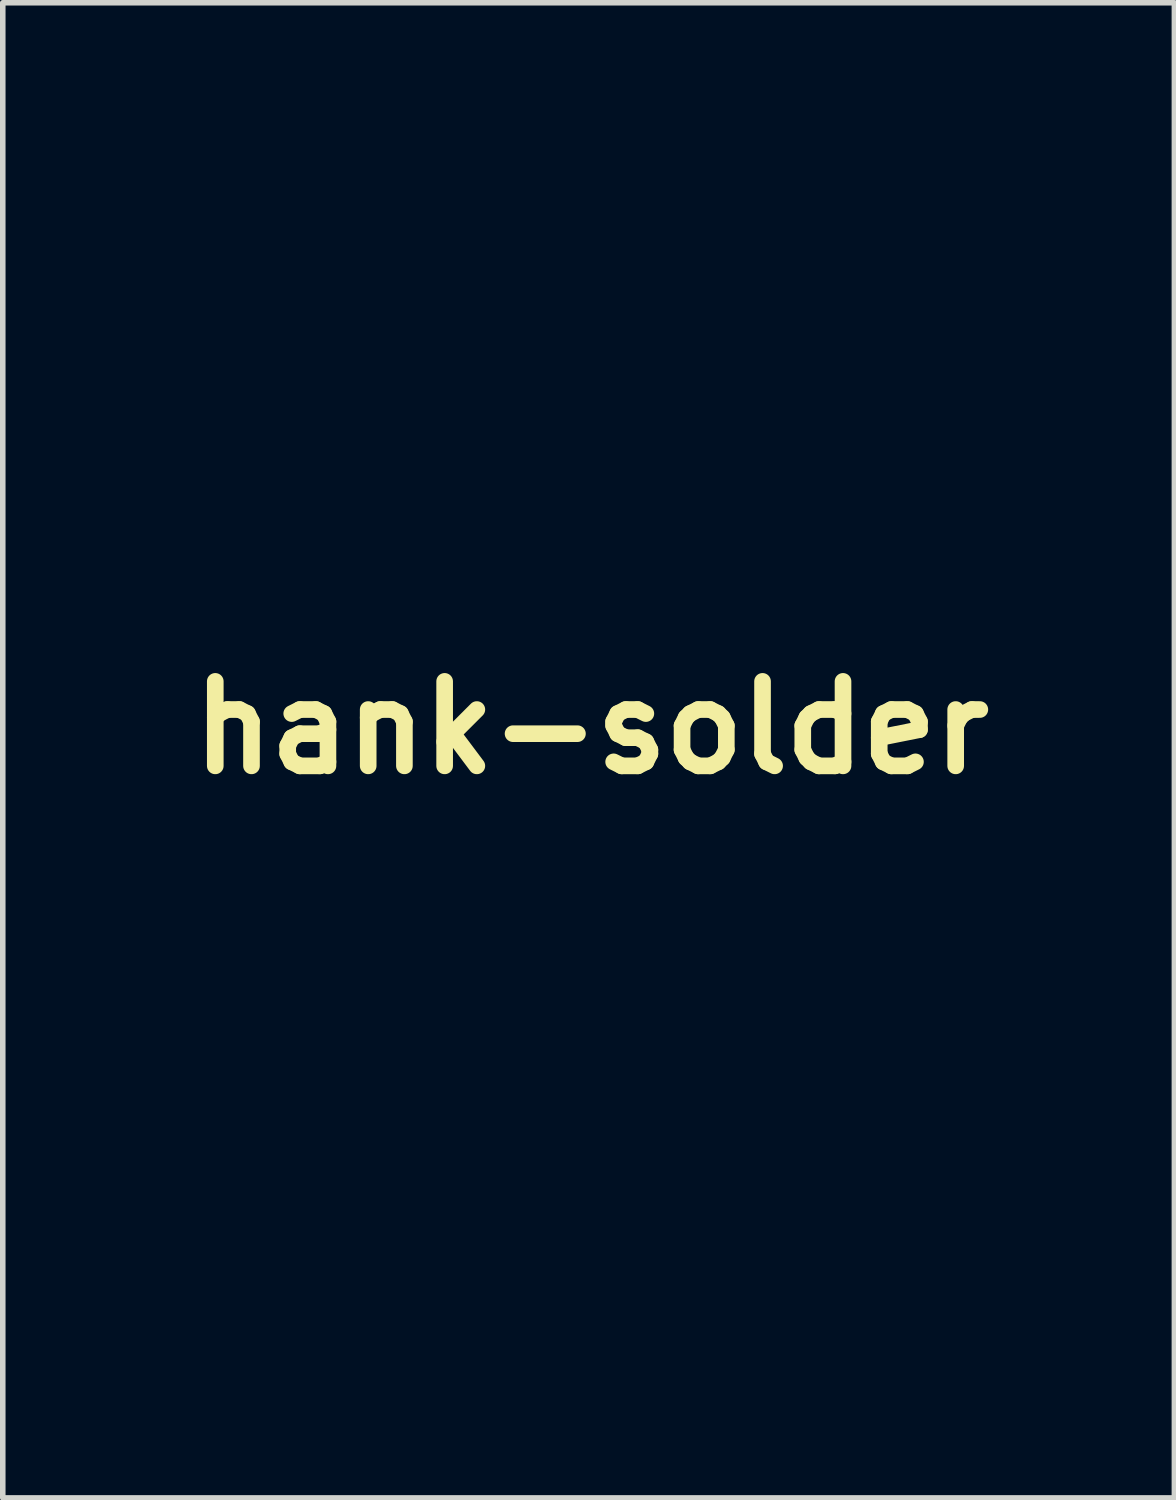
<source format=kicad_pcb>
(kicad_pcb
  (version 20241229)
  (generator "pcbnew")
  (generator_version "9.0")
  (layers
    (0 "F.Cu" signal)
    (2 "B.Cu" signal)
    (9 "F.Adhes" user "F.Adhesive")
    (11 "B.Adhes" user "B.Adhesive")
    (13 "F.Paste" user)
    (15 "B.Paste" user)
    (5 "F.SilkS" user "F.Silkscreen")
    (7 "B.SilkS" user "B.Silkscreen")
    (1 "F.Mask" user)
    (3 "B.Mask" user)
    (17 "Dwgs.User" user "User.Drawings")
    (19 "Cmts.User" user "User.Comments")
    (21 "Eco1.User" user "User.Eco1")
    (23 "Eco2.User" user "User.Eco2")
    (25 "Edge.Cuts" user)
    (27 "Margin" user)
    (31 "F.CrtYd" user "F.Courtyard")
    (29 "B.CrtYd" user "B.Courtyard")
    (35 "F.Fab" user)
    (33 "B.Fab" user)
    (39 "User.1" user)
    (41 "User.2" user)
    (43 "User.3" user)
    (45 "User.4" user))
  (footprint "hank-solder"
    (layer "F.Cu")
    (at 7.618 10.073)
    (property "Reference" "hank-solder" (at 0 0 0) (layer "F.SilkS") (effects (font (size 1.524 1.524) (thickness 0.3))))
    (attr through_hole)
    (fp_poly (pts (xy 1.451 9.688) (xy 1.415 9.725) (xy 1.379 9.688) (xy 1.415 9.652) (xy 1.451 9.688)) (stroke (width 0.01) (type solid)) (fill yes) (layer "F.Mask"))
    (fp_poly (pts (xy -0.442 10.695) (xy -0.322 10.775) (xy -0.238 10.847) (xy -0.264 10.877) (xy -0.415 10.883) (xy -0.574 10.869) (xy -0.616 10.812) (xy -0.607 10.777) (xy -0.543 10.682) (xy -0.442 10.695)) (stroke (width 0.01) (type solid)) (fill yes) (layer "F.Mask"))
    (fp_poly (pts (xy 0.656 9.624) (xy 0.712 9.672) (xy 0.705 9.796) (xy 0.642 10.025) (xy 0.571 10.222) (xy 0.497 10.291) (xy 0.384 10.245) (xy 0.28 10.164) (xy 0.167 10.054) (xy 0.156 9.955) (xy 0.218 9.826) (xy 0.37 9.661) (xy 0.526 9.619) (xy 0.656 9.624)) (stroke (width 0.01) (type solid)) (fill yes) (layer "F.Mask"))
    (fp_poly (pts (xy -3.165 -0.387) (xy -2.655 -0.306) (xy -2.173 -0.179) (xy -1.786 -0.021) (xy -1.653 0.063) (xy -1.644 0.124) (xy -1.677 0.151) (xy -1.832 0.201) (xy -2.065 0.196) (xy -2.393 0.132) (xy -2.834 0.009) (xy -2.867 -0.001) (xy -3.218 -0.101) (xy -3.577 -0.188) (xy -3.882 -0.249) (xy -3.955 -0.259) (xy -4.391 -0.316) (xy -4.064 -0.379) (xy -3.652 -0.414) (xy -3.165 -0.387)) (stroke (width 0.01) (type solid)) (fill yes) (layer "F.Mask"))
    (fp_poly (pts (xy 0.384 5.519) (xy 0.611 5.531) (xy 0.739 5.556) (xy 0.792 5.596) (xy 0.798 5.624) (xy 0.774 5.675) (xy 0.685 5.708) (xy 0.508 5.726) (xy 0.219 5.733) (xy 0.085 5.733) (xy -0.224 5.729) (xy -0.476 5.716) (xy -0.638 5.698) (xy -0.677 5.685) (xy -0.722 5.613) (xy -0.676 5.564) (xy -0.527 5.533) (xy -0.258 5.518) (xy 0.036 5.515) (xy 0.384 5.519)) (stroke (width 0.01) (type solid)) (fill yes) (layer "F.Mask"))
    (fp_poly (pts (xy 4.064 -0.39) (xy 4.536 -0.339) (xy 3.991 -0.245) (xy 3.647 -0.175) (xy 3.245 -0.079) (xy 2.869 0.024) (xy 2.836 0.034) (xy 2.39 0.154) (xy 2.068 0.209) (xy 1.863 0.2) (xy 1.777 0.144) (xy 1.806 0.069) (xy 1.947 -0.025) (xy 2.173 -0.127) (xy 2.454 -0.225) (xy 2.761 -0.309) (xy 3.05 -0.364) (xy 3.405 -0.397) (xy 3.784 -0.405) (xy 4.064 -0.39)) (stroke (width 0.01) (type solid)) (fill yes) (layer "F.Mask"))
    (fp_poly (pts (xy -2.012 9.612) (xy -1.857 9.688) (xy -1.684 9.781) (xy -1.528 9.873) (xy -1.424 9.946) (xy -1.42 9.95) (xy -1.411 10.039) (xy -1.487 10.158) (xy -1.609 10.261) (xy -1.735 10.304) (xy -1.888 10.271) (xy -1.93 10.25) (xy -2.022 10.148) (xy -2.117 9.993) (xy -2.174 9.857) (xy -2.177 9.834) (xy -2.131 9.82) (xy -2.105 9.833) (xy -2.043 9.832) (xy -2.038 9.749) (xy -2.085 9.635) (xy -2.123 9.587) (xy -2.112 9.573) (xy -2.012 9.612)) (stroke (width 0.01) (type solid)) (fill yes) (layer "F.Mask"))
    (fp_poly (pts (xy 1.617 9.612) (xy 1.772 9.688) (xy 1.945 9.781) (xy 2.101 9.873) (xy 2.204 9.946) (xy 2.208 9.95) (xy 2.217 10.039) (xy 2.141 10.158) (xy 2.02 10.261) (xy 1.894 10.304) (xy 1.74 10.271) (xy 1.698 10.25) (xy 1.607 10.148) (xy 1.511 9.993) (xy 1.454 9.857) (xy 1.451 9.834) (xy 1.498 9.82) (xy 1.524 9.833) (xy 1.585 9.832) (xy 1.591 9.749) (xy 1.544 9.635) (xy 1.506 9.587) (xy 1.516 9.573) (xy 1.617 9.612)) (stroke (width 0.01) (type solid)) (fill yes) (layer "F.Mask"))
    (fp_poly (pts (xy -0.164 1.871) (xy -0.108 2.016) (xy -0.08 2.24) (xy -0.083 2.511) (xy -0.12 2.795) (xy -0.153 2.937) (xy -0.197 3.128) (xy -0.181 3.236) (xy -0.097 3.316) (xy -0.08 3.327) (xy 0.036 3.427) (xy 0.073 3.492) (xy 0.02 3.553) (xy -0.103 3.545) (xy -0.248 3.477) (xy -0.328 3.409) (xy -0.404 3.306) (xy -0.426 3.192) (xy -0.398 3.017) (xy -0.369 2.901) (xy -0.318 2.606) (xy -0.299 2.297) (xy -0.302 2.202) (xy -0.301 1.975) (xy -0.264 1.849) (xy -0.245 1.836) (xy -0.164 1.871)) (stroke (width 0.01) (type solid)) (fill yes) (layer "F.Mask"))
    (fp_poly (pts (xy 2.609 4.399) (xy 2.613 4.452) (xy 2.563 4.638) (xy 2.407 4.778) (xy 2.131 4.878) (xy 1.847 4.932) (xy 1.572 4.958) (xy 1.186 4.977) (xy 0.722 4.99) (xy 0.214 4.995) (xy -0.305 4.993) (xy -0.802 4.984) (xy -1.242 4.967) (xy -1.593 4.944) (xy -1.719 4.931) (xy -2.075 4.87) (xy -2.305 4.791) (xy -2.429 4.683) (xy -2.467 4.537) (xy -2.467 4.533) (xy -2.426 4.392) (xy -2.337 4.358) (xy -2.25 4.44) (xy -2.23 4.494) (xy -2.156 4.595) (xy -1.977 4.666) (xy -1.841 4.693) (xy -1.649 4.713) (xy -1.347 4.727) (xy -0.96 4.737) (xy -0.516 4.742) (xy -0.039 4.743) (xy 0.446 4.739) (xy 0.911 4.732) (xy 1.333 4.721) (xy 1.684 4.706) (xy 1.939 4.687) (xy 2.068 4.667) (xy 2.247 4.57) (xy 2.358 4.441) (xy 2.456 4.309) (xy 2.552 4.296) (xy 2.609 4.399)) (stroke (width 0.01) (type solid)) (fill yes) (layer "F.Mask"))
    (fp_poly (pts (xy -3.154 0.605) (xy -2.88 0.654) (xy -2.623 0.721) (xy -2.421 0.798) (xy -2.31 0.874) (xy -2.299 0.907) (xy -2.265 1.012) (xy -2.193 1.111) (xy -2.125 1.268) (xy -2.181 1.412) (xy -2.343 1.503) (xy -2.384 1.511) (xy -2.514 1.497) (xy -2.528 1.428) (xy -2.421 1.348) (xy -2.413 1.345) (xy -2.329 1.3) (xy -2.361 1.243) (xy -2.427 1.192) (xy -2.604 1.1) (xy -2.721 1.116) (xy -2.758 1.219) (xy -2.816 1.395) (xy -2.961 1.5) (xy -3.149 1.526) (xy -3.334 1.465) (xy -3.447 1.353) (xy -3.515 1.187) (xy -3.514 1.063) (xy -3.513 0.971) (xy -3.628 0.945) (xy -3.639 0.945) (xy -3.851 0.981) (xy -3.955 1.078) (xy -3.95 1.185) (xy -3.951 1.288) (xy -4.012 1.306) (xy -4.13 1.242) (xy -4.2 1.08) (xy -4.209 0.985) (xy -4.157 0.895) (xy -2.443 0.895) (xy -2.433 0.938) (xy -2.395 0.943) (xy -2.335 0.917) (xy -2.346 0.895) (xy -2.433 0.886) (xy -2.443 0.895) (xy -4.157 0.895) (xy -4.151 0.885) (xy -4.046 0.809) (xy -3.934 0.749) (xy -3.956 0.741) (xy -4.064 0.761) (xy -4.169 0.778) (xy -4.153 0.755) (xy -4.028 0.692) (xy -3.828 0.631) (xy -3.56 0.593) (xy -3.411 0.587) (xy -3.154 0.605)) (stroke (width 0.01) (type solid)) (fill yes) (layer "F.Mask"))
    (fp_poly (pts (xy 3.668 0.609) (xy 3.91 0.642) (xy 4.066 0.705) (xy 4.082 0.719) (xy 4.125 0.782) (xy 4.056 0.783) (xy 3.991 0.768) (xy 3.876 0.74) (xy 3.879 0.757) (xy 4.005 0.832) (xy 4.01 0.834) (xy 4.148 0.924) (xy 4.209 0.985) (xy 4.209 0.987) (xy 4.161 1.125) (xy 4.053 1.253) (xy 3.944 1.306) (xy 3.869 1.285) (xy 3.915 1.202) (xy 3.956 1.108) (xy 3.872 1.03) (xy 3.856 1.021) (xy 3.657 0.947) (xy 3.513 0.954) (xy 3.455 1.036) (xy 3.46 1.081) (xy 3.456 1.252) (xy 3.413 1.376) (xy 3.32 1.482) (xy 3.17 1.515) (xy 3.061 1.51) (xy 2.872 1.475) (xy 2.771 1.383) (xy 2.72 1.259) (xy 2.662 1.107) (xy 2.593 1.072) (xy 2.457 1.13) (xy 2.435 1.141) (xy 2.299 1.223) (xy 2.28 1.281) (xy 2.345 1.342) (xy 2.445 1.434) (xy 2.467 1.478) (xy 2.411 1.521) (xy 2.287 1.515) (xy 2.158 1.467) (xy 2.119 1.437) (xy 2.039 1.298) (xy 2.088 1.155) (xy 2.232 1.017) (xy 2.338 0.927) (xy 2.354 0.9) (xy 2.34 0.906) (xy 2.26 0.906) (xy 2.25 0.877) (xy 2.317 0.791) (xy 2.495 0.718) (xy 2.753 0.66) (xy 3.056 0.621) (xy 3.372 0.603) (xy 3.668 0.609)) (stroke (width 0.01) (type solid)) (fill yes) (layer "F.Mask"))
    (fp_poly (pts (xy 1.547 -10.025) (xy 2.216 -9.945) (xy 2.77 -9.843) (xy 3.236 -9.705) (xy 3.643 -9.52) (xy 4.02 -9.276) (xy 4.394 -8.961) (xy 4.629 -8.734) (xy 4.91 -8.463) (xy 5.2 -8.205) (xy 5.459 -7.993) (xy 5.609 -7.886) (xy 6.17 -7.44) (xy 6.629 -6.892) (xy 6.987 -6.242) (xy 7.242 -5.492) (xy 7.394 -4.644) (xy 7.442 -3.699) (xy 7.405 -2.857) (xy 7.349 -2.37) (xy 7.261 -1.806) (xy 7.15 -1.213) (xy 7.025 -0.64) (xy 6.895 -0.137) (xy 6.827 0.09) (xy 6.801 0.234) (xy 6.849 0.363) (xy 6.985 0.525) (xy 7.282 0.941) (xy 7.456 1.404) (xy 7.507 1.891) (xy 7.438 2.377) (xy 7.249 2.836) (xy 6.942 3.244) (xy 6.81 3.368) (xy 6.461 3.598) (xy 6.049 3.764) (xy 5.639 3.843) (xy 5.553 3.846) (xy 5.402 3.866) (xy 5.295 3.948) (xy 5.189 4.128) (xy 5.176 4.155) (xy 4.851 4.696) (xy 4.418 5.233) (xy 3.912 5.73) (xy 3.368 6.149) (xy 3.157 6.281) (xy 2.973 6.392) (xy 2.855 6.471) (xy 2.83 6.492) (xy 2.885 6.54) (xy 3.024 6.639) (xy 3.122 6.705) (xy 3.407 6.947) (xy 3.708 7.308) (xy 4.028 7.794) (xy 4.373 8.411) (xy 4.588 8.837) (xy 4.798 9.272) (xy 4.941 9.601) (xy 5.021 9.844) (xy 5.038 10.024) (xy 4.996 10.16) (xy 4.895 10.276) (xy 4.737 10.392) (xy 4.724 10.401) (xy 4.538 10.547) (xy 4.471 10.67) (xy 4.475 10.727) (xy 4.481 10.779) (xy 4.453 10.816) (xy 4.373 10.841) (xy 4.219 10.858) (xy 3.972 10.868) (xy 3.612 10.875) (xy 3.347 10.878) (xy 2.908 10.882) (xy 2.59 10.88) (xy 2.371 10.87) (xy 2.225 10.85) (xy 2.13 10.816) (xy 2.061 10.768) (xy 2.035 10.743) (xy 1.848 10.614) (xy 1.688 10.627) (xy 1.58 10.741) (xy 1.523 10.808) (xy 1.433 10.851) (xy 1.281 10.875) (xy 1.036 10.884) (xy 0.781 10.886) (xy 0.456 10.884) (xy 0.25 10.876) (xy 0.135 10.854) (xy 0.085 10.812) (xy 0.073 10.743) (xy 0.073 10.713) (xy 0.076 10.648) (xy 0.101 10.6) (xy 0.167 10.567) (xy 0.296 10.542) (xy 0.509 10.523) (xy 0.827 10.506) (xy 1.234 10.487) (xy 2.395 10.434) (xy 2.395 10.232) (xy 2.71 10.232) (xy 2.716 10.265) (xy 2.75 10.466) (xy 2.757 10.577) (xy 2.784 10.687) (xy 2.879 10.734) (xy 3.059 10.719) (xy 3.343 10.641) (xy 3.486 10.595) (xy 3.798 10.473) (xy 4.099 10.326) (xy 4.36 10.172) (xy 4.55 10.03) (xy 4.641 9.916) (xy 4.645 9.895) (xy 4.612 9.755) (xy 4.537 9.576) (xy 4.457 9.444) (xy 4.385 9.46) (xy 4.205 9.52) (xy 3.941 9.617) (xy 3.62 9.741) (xy 3.555 9.767) (xy 3.194 9.913) (xy 2.949 10.021) (xy 2.8 10.102) (xy 2.727 10.168) (xy 2.71 10.232) (xy 2.395 10.232) (xy 2.395 9.362) (xy -2.395 9.362) (xy -2.395 10.45) (xy -1.234 10.45) (xy -1.234 10.668) (xy -1.271 10.838) (xy -1.374 10.883) (xy -1.53 10.801) (xy -1.597 10.741) (xy -1.74 10.633) (xy -1.85 10.595) (xy -1.97 10.651) (xy -2.049 10.741) (xy -2.102 10.804) (xy -2.183 10.846) (xy -2.322 10.871) (xy -2.546 10.882) (xy -2.882 10.886) (xy -2.952 10.886) (xy -3.302 10.879) (xy -3.617 10.861) (xy -3.857 10.834) (xy -3.967 10.809) (xy -4.13 10.768) (xy -4.196 10.809) (xy -4.279 10.867) (xy -4.405 10.886) (xy -4.537 10.864) (xy -4.564 10.77) (xy -4.554 10.705) (xy -4.56 10.56) (xy -4.659 10.426) (xy -4.764 10.339) (xy -4.956 10.138) (xy -5.007 9.973) (xy -4.645 9.973) (xy -4.584 10.03) (xy -4.426 10.13) (xy -4.202 10.255) (xy -3.948 10.387) (xy -3.697 10.509) (xy -3.482 10.602) (xy -3.387 10.636) (xy -3.085 10.716) (xy -2.889 10.728) (xy -2.776 10.67) (xy -2.731 10.577) (xy -2.686 10.362) (xy -2.705 10.214) (xy -2.808 10.102) (xy -3.018 9.995) (xy -3.175 9.932) (xy -3.492 9.807) (xy -3.822 9.677) (xy -4.049 9.587) (xy -4.434 9.434) (xy -4.539 9.686) (xy -4.608 9.858) (xy -4.643 9.964) (xy -4.645 9.973) (xy -5.007 9.973) (xy -5.007 9.971) (xy -4.974 9.819) (xy -4.882 9.568) (xy -4.745 9.246) (xy -4.575 8.88) (xy -4.385 8.498) (xy -4.189 8.128) (xy -4 7.798) (xy -3.955 7.725) (xy -3.764 7.447) (xy -3.54 7.168) (xy -3.439 7.057) (xy -1.77 7.057) (xy -1.691 7.202) (xy -1.535 7.388) (xy -1.322 7.595) (xy -1.075 7.8) (xy -0.814 7.985) (xy -0.561 8.128) (xy -0.544 8.136) (xy -0.121 8.257) (xy 0.309 8.233) (xy 0.648 8.113) (xy 0.844 7.995) (xy 1.076 7.821) (xy 1.317 7.617) (xy 1.537 7.408) (xy 1.709 7.222) (xy 1.804 7.084) (xy 1.814 7.046) (xy 1.771 6.989) (xy 1.625 6.98) (xy 1.506 6.993) (xy 1.029 7.043) (xy 0.51 7.075) (xy -0.012 7.087) (xy -0.497 7.08) (xy -0.908 7.054) (xy -1.14 7.021) (xy -1.407 6.977) (xy -1.623 6.959) (xy -1.745 6.969) (xy -1.75 6.972) (xy -1.77 7.057) (xy -3.439 7.057) (xy -3.308 6.911) (xy -3.091 6.703) (xy -2.914 6.569) (xy -2.815 6.531) (xy -2.826 6.496) (xy -2.938 6.403) (xy -3.13 6.272) (xy -3.191 6.232) (xy -3.864 5.751) (xy -4.412 5.234) (xy -4.855 4.661) (xy -5.125 4.192) (xy -5.244 3.984) (xy -5.348 3.879) (xy -5.474 3.847) (xy -5.503 3.846) (xy -5.689 3.826) (xy -5.942 3.772) (xy -6.101 3.73) (xy -6.534 3.53) (xy -6.904 3.219) (xy -7.194 2.825) (xy -7.386 2.375) (xy -7.461 1.896) (xy -7.45 1.654) (xy -7.444 1.627) (xy -7.079 1.627) (xy -7.075 2.054) (xy -6.951 2.482) (xy -6.727 2.866) (xy -6.455 3.136) (xy -6.281 3.24) (xy -6.06 3.339) (xy -5.83 3.423) (xy -5.626 3.478) (xy -5.485 3.492) (xy -5.443 3.465) (xy -5.455 3.391) (xy -5.488 3.209) (xy -5.534 2.958) (xy -5.545 2.903) (xy -5.597 2.575) (xy -5.648 2.172) (xy -5.689 1.765) (xy -5.7 1.633) (xy -5.726 1.301) (xy -5.754 1.08) (xy -5.794 0.935) (xy -5.858 0.831) (xy -5.928 0.763) (xy -5.318 0.763) (xy -5.309 1.291) (xy -5.281 1.827) (xy -5.234 2.344) (xy -5.17 2.815) (xy -5.088 3.213) (xy -5.075 3.265) (xy -4.893 3.8) (xy -4.649 4.275) (xy -4.318 4.731) (xy -3.924 5.159) (xy -3.263 5.72) (xy -2.517 6.17) (xy -1.705 6.5) (xy -1.007 6.672) (xy -0.621 6.714) (xy -0.144 6.723) (xy 0.375 6.704) (xy 0.886 6.659) (xy 1.339 6.591) (xy 1.584 6.534) (xy 2.322 6.266) (xy 3.019 5.903) (xy 3.643 5.463) (xy 4.166 4.965) (xy 4.306 4.798) (xy 4.628 4.337) (xy 4.881 3.852) (xy 5.052 3.375) (xy 5.498 3.375) (xy 5.504 3.448) (xy 5.613 3.468) (xy 5.808 3.436) (xy 6.048 3.363) (xy 6.289 3.261) (xy 6.37 3.217) (xy 6.725 2.938) (xy 6.972 2.583) (xy 7.108 2.18) (xy 7.129 1.752) (xy 7.031 1.325) (xy 6.812 0.926) (xy 6.69 0.78) (xy 6.525 0.63) (xy 6.384 0.595) (xy 6.222 0.673) (xy 6.109 0.762) (xy 5.953 0.879) (xy 5.839 0.941) (xy 5.824 0.943) (xy 5.791 1.011) (xy 5.757 1.194) (xy 5.725 1.463) (xy 5.704 1.724) (xy 5.674 2.106) (xy 5.632 2.49) (xy 5.586 2.82) (xy 5.561 2.957) (xy 5.518 3.197) (xy 5.498 3.375) (xy 5.052 3.375) (xy 5.072 3.319) (xy 5.209 2.711) (xy 5.301 2.004) (xy 5.339 1.486) (xy 5.358 1.102) (xy 5.362 0.818) (xy 5.346 0.59) (xy 5.306 0.374) (xy 5.238 0.126) (xy 5.2 -0.002) (xy 5.015 -0.511) (xy 4.801 -0.914) (xy 4.532 -1.247) (xy 4.245 -1.503) (xy 3.793 -1.926) (xy 3.459 -2.397) (xy 3.324 -2.668) (xy 3.237 -2.866) (xy 3.175 -2.999) (xy 3.159 -3.03) (xy 3.091 -3.011) (xy 2.923 -2.943) (xy 2.689 -2.84) (xy 2.606 -2.802) (xy 1.693 -2.438) (xy 0.752 -2.176) (xy -0.243 -2.012) (xy -1.313 -1.941) (xy -2.126 -1.945) (xy -2.407 -1.961) (xy -2.589 -1.998) (xy -2.722 -2.071) (xy -2.808 -2.149) (xy -2.998 -2.338) (xy -3.459 -2.213) (xy -3.756 -2.112) (xy -4.043 -1.98) (xy -4.205 -1.881) (xy -4.428 -1.684) (xy -4.681 -1.405) (xy -4.925 -1.092) (xy -5.121 -0.791) (xy -5.157 -0.726) (xy -5.228 -0.501) (xy -5.279 -0.16) (xy -5.309 0.27) (xy -5.318 0.763) (xy -5.928 0.763) (xy -5.956 0.735) (xy -6.001 0.697) (xy -6.164 0.571) (xy -6.276 0.531) (xy -6.39 0.564) (xy -6.428 0.584) (xy -6.622 0.745) (xy -6.815 0.999) (xy -6.975 1.295) (xy -7.071 1.585) (xy -7.079 1.627) (xy -7.444 1.627) (xy -7.363 1.296) (xy -7.198 0.924) (xy -6.985 0.593) (xy -6.783 0.382) (xy -6.56 0.205) (xy -6.689 -0.315) (xy -6.792 -0.725) (xy -6.87 -1.015) (xy -6.932 -1.204) (xy -6.985 -1.314) (xy -7.038 -1.365) (xy -7.098 -1.379) (xy -7.104 -1.379) (xy -7.25 -1.43) (xy -7.364 -1.522) (xy -7.44 -1.631) (xy -7.457 -1.759) (xy -7.419 -1.96) (xy -7.411 -1.989) (xy -7.376 -2.204) (xy -7.348 -2.514) (xy -7.332 -2.868) (xy -7.329 -3.062) (xy -7.321 -3.475) (xy -7.298 -3.927) (xy -7.267 -4.338) (xy -7.254 -4.459) (xy -7.221 -4.776) (xy -7.212 -4.978) (xy -7.227 -5.095) (xy -7.269 -5.156) (xy -7.287 -5.168) (xy -7.522 -5.348) (xy -7.613 -5.542) (xy -7.56 -5.751) (xy -7.363 -5.971) (xy -7.185 -6.103) (xy -6.995 -6.249) (xy -6.737 -6.477) (xy -6.437 -6.762) (xy -6.124 -7.078) (xy -5.962 -7.247) (xy -5.416 -7.801) (xy -4.897 -8.255) (xy -4.364 -8.641) (xy -3.777 -8.987) (xy -3.242 -9.256) (xy -2.332 -9.615) (xy -1.343 -9.873) (xy -0.303 -10.025) (xy 0.758 -10.068) (xy 1.547 -10.025)) (stroke (width 0.01) (type solid)) (fill yes) (layer "F.Mask")))
  (gr_rect
    (start -3 -3)
    (end 18.13 23.964)
    (stroke (width 0.1) (type default))
    (fill no)
    (layer "Edge.Cuts")))
</source>
